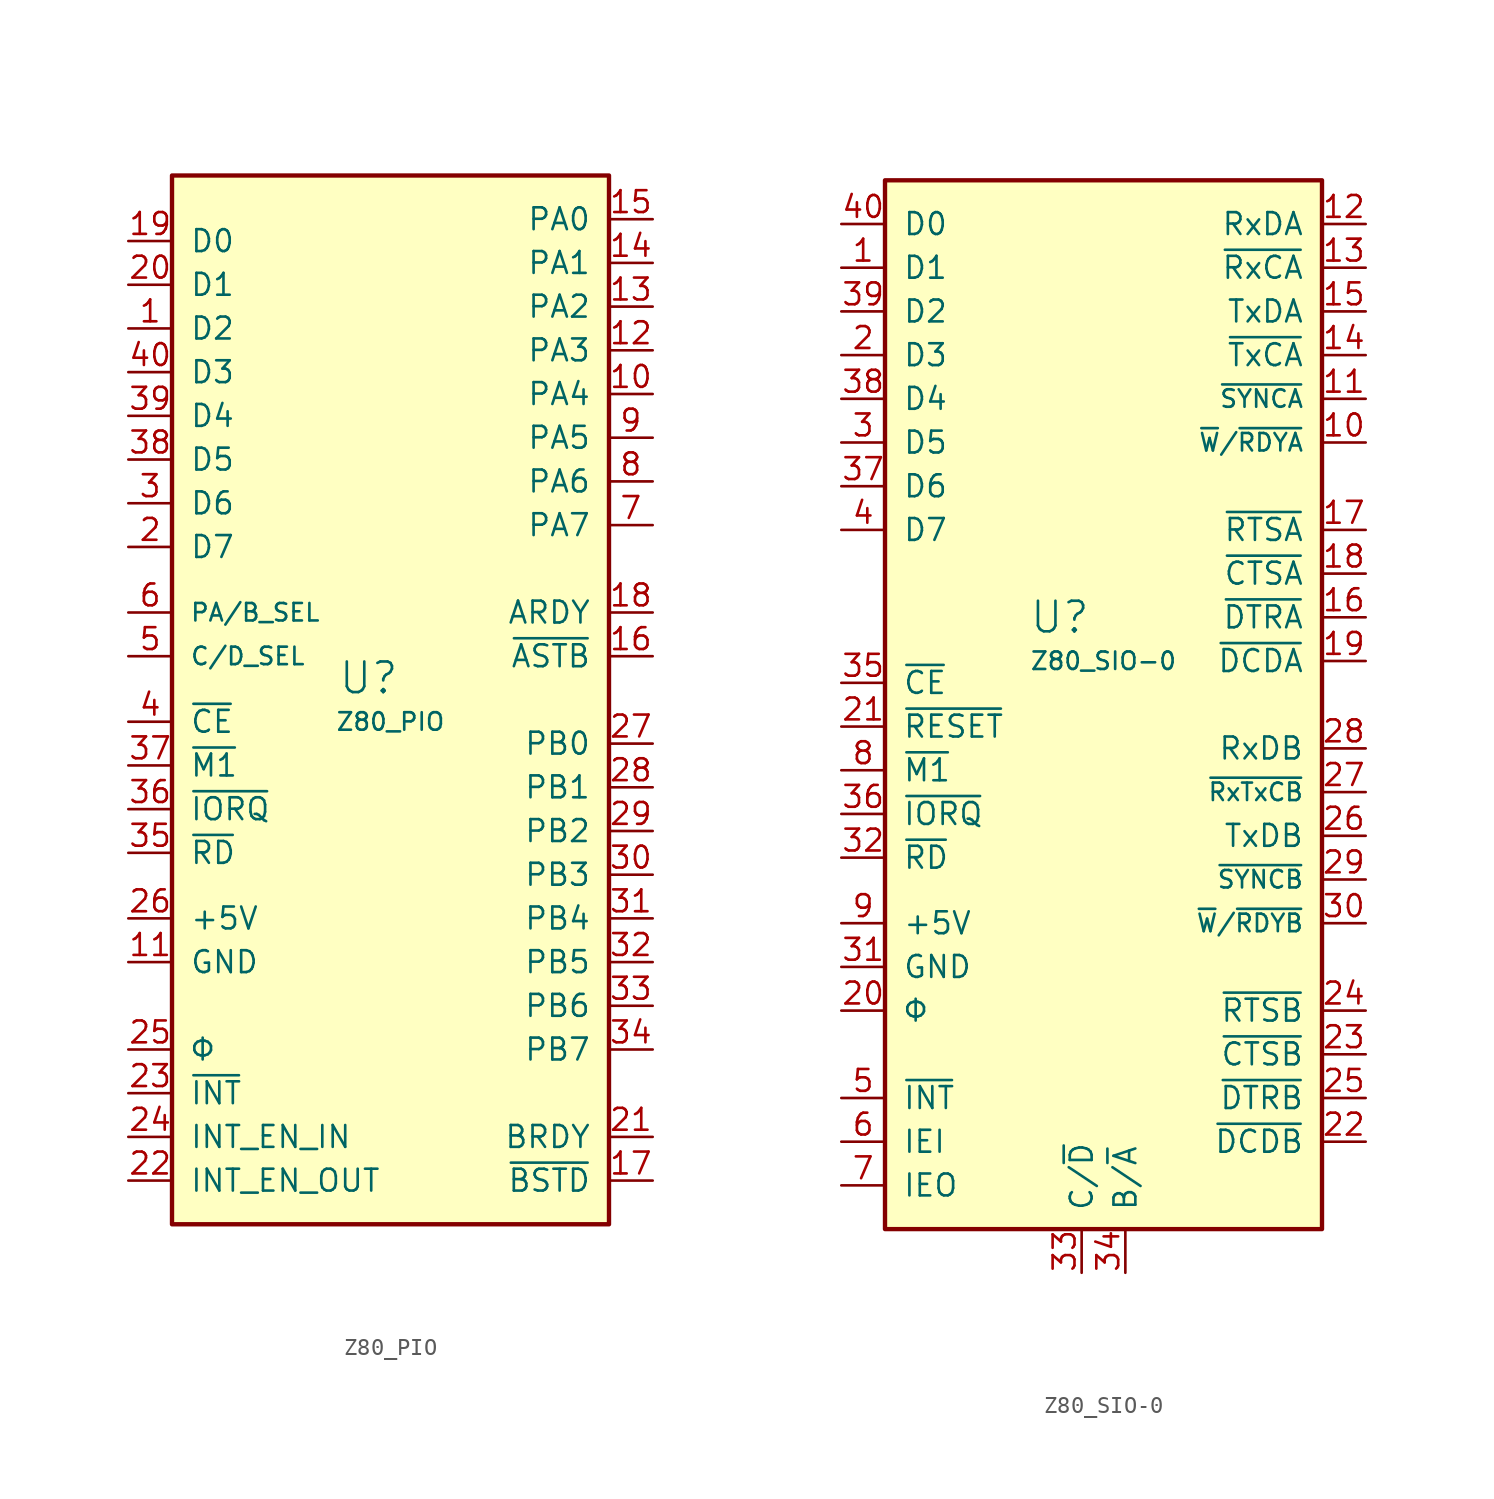
<source format=kicad_sym>
(kicad_symbol_lib
  (version 20211014)
  (generator kicad_symbol_editor)
  (symbol "Z80_PIO"
    (pin_names
      (offset 1.016))
    (property "Reference" "U"
      (at -1.27 1.27 0)
      (effects (font (size 1.778 1.778))))
    (property "Value" "Z80_PIO"
      (at 0 -1.27 0)
      (effects (font (size 1.016 1.016))))
    (symbol "Z80_PIO_1_1"
      (rectangle (start -12.7 30.48) (end 12.7 -30.48) (stroke (width 0.254) (type default) (color 0 0 0 0)) (fill (type background)))
      (pin bidirectional line (at -15.24 21.59 0) (length 2.54) (name "D2" (effects (font (size 1.27 1.27)))) (number "1" (effects (font (size 1.27 1.27)))))
      (pin bidirectional line (at 15.24 17.78 180) (length 2.54) (name "PA4" (effects (font (size 1.27 1.27)))) (number "10" (effects (font (size 1.27 1.27)))))
      (pin power_in line (at -15.24 -15.24 0) (length 2.54) (name "GND" (effects (font (size 1.27 1.27)))) (number "11" (effects (font (size 1.27 1.27)))))
      (pin bidirectional line (at 15.24 20.32 180) (length 2.54) (name "PA3" (effects (font (size 1.27 1.27)))) (number "12" (effects (font (size 1.27 1.27)))))
      (pin bidirectional line (at 15.24 22.86 180) (length 2.54) (name "PA2" (effects (font (size 1.27 1.27)))) (number "13" (effects (font (size 1.27 1.27)))))
      (pin bidirectional line (at 15.24 25.4 180) (length 2.54) (name "PA1" (effects (font (size 1.27 1.27)))) (number "14" (effects (font (size 1.27 1.27)))))
      (pin bidirectional line (at 15.24 27.94 180) (length 2.54) (name "PA0" (effects (font (size 1.27 1.27)))) (number "15" (effects (font (size 1.27 1.27)))))
      (pin input line (at 15.24 2.54 180) (length 2.54) (name "~{ASTB}" (effects (font (size 1.27 1.27)))) (number "16" (effects (font (size 1.27 1.27)))))
      (pin input line (at 15.24 -27.94 180) (length 2.54) (name "~{BSTD}" (effects (font (size 1.27 1.27)))) (number "17" (effects (font (size 1.27 1.27)))))
      (pin output line (at 15.24 5.08 180) (length 2.54) (name "ARDY" (effects (font (size 1.27 1.27)))) (number "18" (effects (font (size 1.27 1.27)))))
      (pin bidirectional line (at -15.24 26.67 0) (length 2.54) (name "D0" (effects (font (size 1.27 1.27)))) (number "19" (effects (font (size 1.27 1.27)))))
      (pin bidirectional line (at -15.24 8.89 0) (length 2.54) (name "D7" (effects (font (size 1.27 1.27)))) (number "2" (effects (font (size 1.27 1.27)))))
      (pin bidirectional line (at -15.24 24.13 0) (length 2.54) (name "D1" (effects (font (size 1.27 1.27)))) (number "20" (effects (font (size 1.27 1.27)))))
      (pin output line (at 15.24 -25.4 180) (length 2.54) (name "BRDY" (effects (font (size 1.27 1.27)))) (number "21" (effects (font (size 1.27 1.27)))))
      (pin output line (at -15.24 -27.94 0) (length 2.54) (name "INT_EN_OUT" (effects (font (size 1.27 1.27)))) (number "22" (effects (font (size 1.27 1.27)))))
      (pin output line (at -15.24 -22.86 0) (length 2.54) (name "~{INT}" (effects (font (size 1.27 1.27)))) (number "23" (effects (font (size 1.27 1.27)))))
      (pin input line (at -15.24 -25.4 0) (length 2.54) (name "INT_EN_IN" (effects (font (size 1.27 1.27)))) (number "24" (effects (font (size 1.27 1.27)))))
      (pin input line (at -15.24 -20.32 0) (length 2.54) (name "Φ" (effects (font (size 1.27 1.27)))) (number "25" (effects (font (size 1.27 1.27)))))
      (pin power_in line (at -15.24 -12.7 0) (length 2.54) (name "+5V" (effects (font (size 1.27 1.27)))) (number "26" (effects (font (size 1.27 1.27)))))
      (pin bidirectional line (at 15.24 -2.54 180) (length 2.54) (name "PB0" (effects (font (size 1.27 1.27)))) (number "27" (effects (font (size 1.27 1.27)))))
      (pin bidirectional line (at 15.24 -5.08 180) (length 2.54) (name "PB1" (effects (font (size 1.27 1.27)))) (number "28" (effects (font (size 1.27 1.27)))))
      (pin bidirectional line (at 15.24 -7.62 180) (length 2.54) (name "PB2" (effects (font (size 1.27 1.27)))) (number "29" (effects (font (size 1.27 1.27)))))
      (pin bidirectional line (at -15.24 11.43 0) (length 2.54) (name "D6" (effects (font (size 1.27 1.27)))) (number "3" (effects (font (size 1.27 1.27)))))
      (pin bidirectional line (at 15.24 -10.16 180) (length 2.54) (name "PB3" (effects (font (size 1.27 1.27)))) (number "30" (effects (font (size 1.27 1.27)))))
      (pin bidirectional line (at 15.24 -12.7 180) (length 2.54) (name "PB4" (effects (font (size 1.27 1.27)))) (number "31" (effects (font (size 1.27 1.27)))))
      (pin bidirectional line (at 15.24 -15.24 180) (length 2.54) (name "PB5" (effects (font (size 1.27 1.27)))) (number "32" (effects (font (size 1.27 1.27)))))
      (pin bidirectional line (at 15.24 -17.78 180) (length 2.54) (name "PB6" (effects (font (size 1.27 1.27)))) (number "33" (effects (font (size 1.27 1.27)))))
      (pin bidirectional line (at 15.24 -20.32 180) (length 2.54) (name "PB7" (effects (font (size 1.27 1.27)))) (number "34" (effects (font (size 1.27 1.27)))))
      (pin input line (at -15.24 -8.89 0) (length 2.54) (name "~{RD}" (effects (font (size 1.27 1.27)))) (number "35" (effects (font (size 1.27 1.27)))))
      (pin input line (at -15.24 -6.35 0) (length 2.54) (name "~{IORQ}" (effects (font (size 1.27 1.27)))) (number "36" (effects (font (size 1.27 1.27)))))
      (pin input line (at -15.24 -3.81 0) (length 2.54) (name "~{M1}" (effects (font (size 1.27 1.27)))) (number "37" (effects (font (size 1.27 1.27)))))
      (pin bidirectional line (at -15.24 13.97 0) (length 2.54) (name "D5" (effects (font (size 1.27 1.27)))) (number "38" (effects (font (size 1.27 1.27)))))
      (pin bidirectional line (at -15.24 16.51 0) (length 2.54) (name "D4" (effects (font (size 1.27 1.27)))) (number "39" (effects (font (size 1.27 1.27)))))
      (pin input line (at -15.24 -1.27 0) (length 2.54) (name "~{CE}" (effects (font (size 1.27 1.27)))) (number "4" (effects (font (size 1.27 1.27)))))
      (pin bidirectional line (at -15.24 19.05 0) (length 2.54) (name "D3" (effects (font (size 1.27 1.27)))) (number "40" (effects (font (size 1.27 1.27)))))
      (pin input line (at -15.24 2.54 0) (length 2.54) (name "C/D_SEL" (effects (font (size 1.016 1.016)))) (number "5" (effects (font (size 1.27 1.27)))))
      (pin input line (at -15.24 5.08 0) (length 2.54) (name "PA/B_SEL" (effects (font (size 1.016 1.016)))) (number "6" (effects (font (size 1.27 1.27)))))
      (pin bidirectional line (at 15.24 10.16 180) (length 2.54) (name "PA7" (effects (font (size 1.27 1.27)))) (number "7" (effects (font (size 1.27 1.27)))))
      (pin bidirectional line (at 15.24 12.7 180) (length 2.54) (name "PA6" (effects (font (size 1.27 1.27)))) (number "8" (effects (font (size 1.27 1.27)))))
      (pin bidirectional line (at 15.24 15.24 180) (length 2.54) (name "PA5" (effects (font (size 1.27 1.27)))) (number "9" (effects (font (size 1.27 1.27)))))))
  (symbol "Z80_SIO-0"
    (pin_names
      (offset 1.016))
    (property "Reference" "U"
      (at -2.54 5.08 0)
      (effects (font (size 1.778 1.778))))
    (property "Value" "Z80_SIO-0"
      (at 0 2.54 0)
      (effects (font (size 1.016 1.016))))
    (symbol "Z80_SIO-0_1_1"
      (rectangle (start -12.7 30.48) (end 12.7 -30.48) (stroke (width 0.254) (type default) (color 0 0 0 0)) (fill (type background)))
      (pin bidirectional line (at -15.24 25.4 0) (length 2.54) (name "D1" (effects (font (size 1.27 1.27)))) (number "1" (effects (font (size 1.27 1.27)))))
      (pin output line (at 15.24 15.24 180) (length 2.54) (name "~{W}/~{RDYA}" (effects (font (size 1.016 1.016)))) (number "10" (effects (font (size 1.27 1.27)))))
      (pin bidirectional line (at 15.24 17.78 180) (length 2.54) (name "~{SYNCA}" (effects (font (size 1.016 1.016)))) (number "11" (effects (font (size 1.27 1.27)))))
      (pin input line (at 15.24 27.94 180) (length 2.54) (name "RxDA" (effects (font (size 1.27 1.27)))) (number "12" (effects (font (size 1.27 1.27)))))
      (pin input line (at 15.24 25.4 180) (length 2.54) (name "~{RxCA}" (effects (font (size 1.27 1.27)))) (number "13" (effects (font (size 1.27 1.27)))))
      (pin input line (at 15.24 20.32 180) (length 2.54) (name "~{TxCA}" (effects (font (size 1.27 1.27)))) (number "14" (effects (font (size 1.27 1.27)))))
      (pin output line (at 15.24 22.86 180) (length 2.54) (name "TxDA" (effects (font (size 1.27 1.27)))) (number "15" (effects (font (size 1.27 1.27)))))
      (pin output line (at 15.24 5.08 180) (length 2.54) (name "~{DTRA}" (effects (font (size 1.27 1.27)))) (number "16" (effects (font (size 1.27 1.27)))))
      (pin output line (at 15.24 10.16 180) (length 2.54) (name "~{RTSA}" (effects (font (size 1.27 1.27)))) (number "17" (effects (font (size 1.27 1.27)))))
      (pin input line (at 15.24 7.62 180) (length 2.54) (name "~{CTSA}" (effects (font (size 1.27 1.27)))) (number "18" (effects (font (size 1.27 1.27)))))
      (pin input line (at 15.24 2.54 180) (length 2.54) (name "~{DCDA}" (effects (font (size 1.27 1.27)))) (number "19" (effects (font (size 1.27 1.27)))))
      (pin bidirectional line (at -15.24 20.32 0) (length 2.54) (name "D3" (effects (font (size 1.27 1.27)))) (number "2" (effects (font (size 1.27 1.27)))))
      (pin input line (at -15.24 -17.78 0) (length 2.54) (name "Φ" (effects (font (size 1.27 1.27)))) (number "20" (effects (font (size 1.27 1.27)))))
      (pin input line (at -15.24 -1.27 0) (length 2.54) (name "~{RESET}" (effects (font (size 1.27 1.27)))) (number "21" (effects (font (size 1.27 1.27)))))
      (pin input line (at 15.24 -25.4 180) (length 2.54) (name "~{DCDB}" (effects (font (size 1.27 1.27)))) (number "22" (effects (font (size 1.27 1.27)))))
      (pin input line (at 15.24 -20.32 180) (length 2.54) (name "~{CTSB}" (effects (font (size 1.27 1.27)))) (number "23" (effects (font (size 1.27 1.27)))))
      (pin output line (at 15.24 -17.78 180) (length 2.54) (name "~{RTSB}" (effects (font (size 1.27 1.27)))) (number "24" (effects (font (size 1.27 1.27)))))
      (pin output line (at 15.24 -22.86 180) (length 2.54) (name "~{DTRB}" (effects (font (size 1.27 1.27)))) (number "25" (effects (font (size 1.27 1.27)))))
      (pin output line (at 15.24 -7.62 180) (length 2.54) (name "TxDB" (effects (font (size 1.27 1.27)))) (number "26" (effects (font (size 1.27 1.27)))))
      (pin input line (at 15.24 -5.08 180) (length 2.54) (name "~{RxTxCB}" (effects (font (size 1.016 1.016)))) (number "27" (effects (font (size 1.27 1.27)))))
      (pin input line (at 15.24 -2.54 180) (length 2.54) (name "RxDB" (effects (font (size 1.27 1.27)))) (number "28" (effects (font (size 1.27 1.27)))))
      (pin bidirectional line (at 15.24 -10.16 180) (length 2.54) (name "~{SYNCB}" (effects (font (size 1.016 1.016)))) (number "29" (effects (font (size 1.27 1.27)))))
      (pin bidirectional line (at -15.24 15.24 0) (length 2.54) (name "D5" (effects (font (size 1.27 1.27)))) (number "3" (effects (font (size 1.27 1.27)))))
      (pin output line (at 15.24 -12.7 180) (length 2.54) (name "~{W}/~{RDYB}" (effects (font (size 1.016 1.016)))) (number "30" (effects (font (size 1.27 1.27)))))
      (pin power_in line (at -15.24 -15.24 0) (length 2.54) (name "GND" (effects (font (size 1.27 1.27)))) (number "31" (effects (font (size 1.27 1.27)))))
      (pin input line (at -15.24 -8.89 0) (length 2.54) (name "~{RD}" (effects (font (size 1.27 1.27)))) (number "32" (effects (font (size 1.27 1.27)))))
      (pin input line (at -1.27 -33.02 90) (length 2.54) (name "C/~{D}" (effects (font (size 1.27 1.27)))) (number "33" (effects (font (size 1.27 1.27)))))
      (pin input line (at 1.27 -33.02 90) (length 2.54) (name "B/~{A}" (effects (font (size 1.27 1.27)))) (number "34" (effects (font (size 1.27 1.27)))))
      (pin input line (at -15.24 1.27 0) (length 2.54) (name "~{CE}" (effects (font (size 1.27 1.27)))) (number "35" (effects (font (size 1.27 1.27)))))
      (pin input line (at -15.24 -6.35 0) (length 2.54) (name "~{IORQ}" (effects (font (size 1.27 1.27)))) (number "36" (effects (font (size 1.27 1.27)))))
      (pin bidirectional line (at -15.24 12.7 0) (length 2.54) (name "D6" (effects (font (size 1.27 1.27)))) (number "37" (effects (font (size 1.27 1.27)))))
      (pin bidirectional line (at -15.24 17.78 0) (length 2.54) (name "D4" (effects (font (size 1.27 1.27)))) (number "38" (effects (font (size 1.27 1.27)))))
      (pin bidirectional line (at -15.24 22.86 0) (length 2.54) (name "D2" (effects (font (size 1.27 1.27)))) (number "39" (effects (font (size 1.27 1.27)))))
      (pin bidirectional line (at -15.24 10.16 0) (length 2.54) (name "D7" (effects (font (size 1.27 1.27)))) (number "4" (effects (font (size 1.27 1.27)))))
      (pin bidirectional line (at -15.24 27.94 0) (length 2.54) (name "D0" (effects (font (size 1.27 1.27)))) (number "40" (effects (font (size 1.27 1.27)))))
      (pin output line (at -15.24 -22.86 0) (length 2.54) (name "~{INT}" (effects (font (size 1.27 1.27)))) (number "5" (effects (font (size 1.27 1.27)))))
      (pin input line (at -15.24 -25.4 0) (length 2.54) (name "IEI" (effects (font (size 1.27 1.27)))) (number "6" (effects (font (size 1.27 1.27)))))
      (pin output line (at -15.24 -27.94 0) (length 2.54) (name "IEO" (effects (font (size 1.27 1.27)))) (number "7" (effects (font (size 1.27 1.27)))))
      (pin input line (at -15.24 -3.81 0) (length 2.54) (name "~{M1}" (effects (font (size 1.27 1.27)))) (number "8" (effects (font (size 1.27 1.27)))))
      (pin power_in line (at -15.24 -12.7 0) (length 2.54) (name "+5V" (effects (font (size 1.27 1.27)))) (number "9" (effects (font (size 1.27 1.27))))))))
</source>
